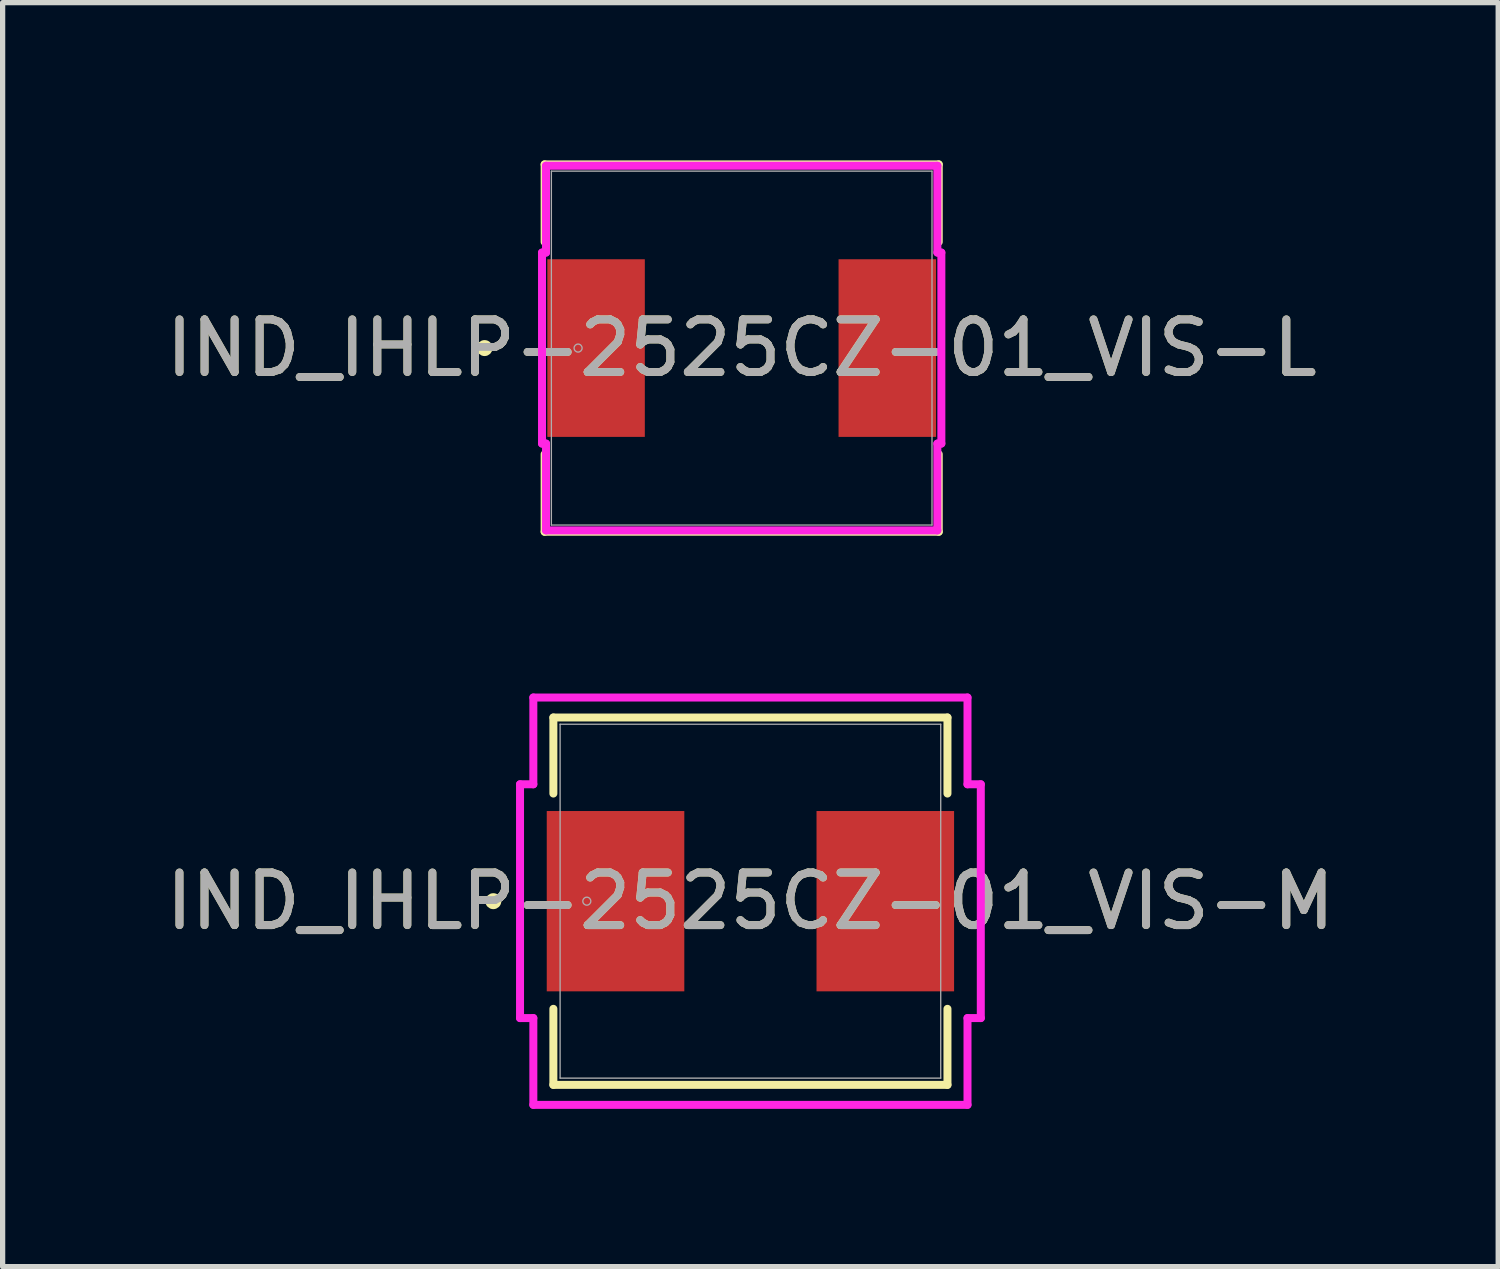
<source format=kicad_pcb>
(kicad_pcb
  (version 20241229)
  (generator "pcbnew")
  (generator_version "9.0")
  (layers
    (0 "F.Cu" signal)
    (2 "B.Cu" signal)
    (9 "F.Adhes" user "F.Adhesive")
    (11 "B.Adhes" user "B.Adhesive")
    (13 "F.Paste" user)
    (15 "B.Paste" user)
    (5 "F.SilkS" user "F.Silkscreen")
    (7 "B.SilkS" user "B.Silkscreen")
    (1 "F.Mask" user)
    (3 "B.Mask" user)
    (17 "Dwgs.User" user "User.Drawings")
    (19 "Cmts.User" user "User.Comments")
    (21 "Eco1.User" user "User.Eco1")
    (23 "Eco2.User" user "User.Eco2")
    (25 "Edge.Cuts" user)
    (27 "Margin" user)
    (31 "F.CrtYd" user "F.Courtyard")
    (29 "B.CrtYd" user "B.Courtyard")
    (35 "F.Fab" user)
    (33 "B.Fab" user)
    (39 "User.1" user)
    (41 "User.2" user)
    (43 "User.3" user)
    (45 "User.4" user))
  (footprint "IND_IHLP-2525CZ-01_VIS-M"
    (layer "F.Cu")
    (at 11.22 14.087)
    (property "Reference" "IND_IHLP-2525CZ-01_VIS-M" (at 0 0 0) (unlocked yes) (layer "F.SilkS") (effects (font (size 1 1) (thickness 0.15))))
    (attr smd)
    (fp_line (start -3.747 -3.493) (end -3.747 -2.047) (stroke (width 0.152) (type solid)) (layer "F.SilkS"))
    (fp_line (start -3.747 2.047) (end -3.747 3.493) (stroke (width 0.152) (type solid)) (layer "F.SilkS"))
    (fp_line (start -3.747 3.493) (end 3.747 3.493) (stroke (width 0.152) (type solid)) (layer "F.SilkS"))
    (fp_line (start 3.747 -3.493) (end -3.747 -3.493) (stroke (width 0.152) (type solid)) (layer "F.SilkS"))
    (fp_line (start 3.747 -2.047) (end 3.747 -3.493) (stroke (width 0.152) (type solid)) (layer "F.SilkS"))
    (fp_line (start 3.747 3.493) (end 3.747 2.047) (stroke (width 0.152) (type solid)) (layer "F.SilkS"))
    (fp_circle (center -4.889 0) (end -4.813 0) (stroke (width 0.152) (type solid)) (fill no) (layer "F.SilkS"))
    (fp_line (start -4.381 -2.223) (end -4.128 -2.223) (stroke (width 0.152) (type solid)) (layer "F.CrtYd"))
    (fp_line (start -4.381 2.223) (end -4.381 -2.223) (stroke (width 0.152) (type solid)) (layer "F.CrtYd"))
    (fp_line (start -4.128 -3.873) (end 4.128 -3.873) (stroke (width 0.152) (type solid)) (layer "F.CrtYd"))
    (fp_line (start -4.128 -2.223) (end -4.128 -3.873) (stroke (width 0.152) (type solid)) (layer "F.CrtYd"))
    (fp_line (start -4.128 2.223) (end -4.381 2.223) (stroke (width 0.152) (type solid)) (layer "F.CrtYd"))
    (fp_line (start -4.128 3.873) (end -4.128 2.223) (stroke (width 0.152) (type solid)) (layer "F.CrtYd"))
    (fp_line (start 4.128 -3.873) (end 4.128 -2.223) (stroke (width 0.152) (type solid)) (layer "F.CrtYd"))
    (fp_line (start 4.128 -2.223) (end 4.381 -2.223) (stroke (width 0.152) (type solid)) (layer "F.CrtYd"))
    (fp_line (start 4.128 2.223) (end 4.128 3.873) (stroke (width 0.152) (type solid)) (layer "F.CrtYd"))
    (fp_line (start 4.128 3.873) (end -4.128 3.873) (stroke (width 0.152) (type solid)) (layer "F.CrtYd"))
    (fp_line (start 4.381 -2.223) (end 4.381 2.223) (stroke (width 0.152) (type solid)) (layer "F.CrtYd"))
    (fp_line (start 4.381 2.223) (end 4.128 2.223) (stroke (width 0.152) (type solid)) (layer "F.CrtYd"))
    (fp_line (start -3.619 -3.365) (end -3.619 3.365) (stroke (width 0.025) (type solid)) (layer "F.Fab"))
    (fp_line (start -3.619 3.365) (end 3.619 3.365) (stroke (width 0.025) (type solid)) (layer "F.Fab"))
    (fp_line (start 3.619 -3.365) (end -3.619 -3.365) (stroke (width 0.025) (type solid)) (layer "F.Fab"))
    (fp_line (start 3.619 3.365) (end 3.619 -3.365) (stroke (width 0.025) (type solid)) (layer "F.Fab"))
    (fp_circle (center -3.111 0) (end -3.035 0) (stroke (width 0.025) (type solid)) (fill no) (layer "F.Fab"))
    (fp_text user "${REFERENCE}" (at 0 0 0) (unlocked yes) (layer "F.Fab") (effects (font (size 1 1) (thickness 0.15))))
    (pad "1" smd rect (at -2.565 0 90) (size 3.429 2.616) (layers "F.Cu" "F.Mask" "F.Paste"))
    (pad "2" smd rect (at 2.565 0 90) (size 3.429 2.616) (layers "F.Cu" "F.Mask" "F.Paste"))
    (zone (net_name "") (layer "F.Cu") (hatch full 0.508) (connect_pads) (min_thickness 0.254) (filled_areas_thickness no) (keepout (tracks not_allowed) (vias not_allowed) (pads allowed) (copperpour not_allowed) (footprints allowed)) (placement (enabled no)) (fill) (polygon (pts (xy 7.652 10.772) (xy 14.789 10.772) (xy 14.789 12.322) (xy 7.652 12.322))))
    (zone (net_name "") (layer "F.Cu") (hatch full 0.508) (connect_pads) (min_thickness 0.254) (filled_areas_thickness no) (keepout (tracks not_allowed) (vias not_allowed) (pads allowed) (copperpour not_allowed) (footprints allowed)) (placement (enabled no)) (fill) (polygon (pts (xy 7.652 15.852) (xy 14.789 15.852) (xy 14.789 17.402) (xy 7.652 17.402))))
    (zone (net_name "") (layer "F.Cu") (hatch full 0.508) (connect_pads) (min_thickness 0.254) (filled_areas_thickness no) (keepout (tracks not_allowed) (vias not_allowed) (pads allowed) (copperpour not_allowed) (footprints allowed)) (placement (enabled no)) (fill) (polygon (pts (xy 10.014 12.322) (xy 12.427 12.322) (xy 12.427 15.852) (xy 10.014 15.852)))))
  (footprint "IND_IHLP-2525CZ-01_VIS-L"
    (layer "F.Cu")
    (at 11.054 3.569)
    (property "Reference" "IND_IHLP-2525CZ-01_VIS-L" (at 0 0 0) (unlocked yes) (layer "F.SilkS") (effects (font (size 1 1) (thickness 0.15))))
    (attr smd)
    (fp_line (start -3.747 -3.493) (end -3.747 -2.018) (stroke (width 0.152) (type solid)) (layer "F.SilkS"))
    (fp_line (start -3.747 2.018) (end -3.747 3.493) (stroke (width 0.152) (type solid)) (layer "F.SilkS"))
    (fp_line (start -3.747 3.493) (end 3.747 3.493) (stroke (width 0.152) (type solid)) (layer "F.SilkS"))
    (fp_line (start 3.747 -3.493) (end -3.747 -3.493) (stroke (width 0.152) (type solid)) (layer "F.SilkS"))
    (fp_line (start 3.747 -2.018) (end 3.747 -3.493) (stroke (width 0.152) (type solid)) (layer "F.SilkS"))
    (fp_line (start 3.747 3.493) (end 3.747 2.018) (stroke (width 0.152) (type solid)) (layer "F.SilkS"))
    (fp_circle (center -4.889 0) (end -4.813 0) (stroke (width 0.152) (type solid)) (fill no) (layer "F.SilkS"))
    (fp_line (start -3.797 -1.816) (end -3.721 -1.816) (stroke (width 0.152) (type solid)) (layer "F.CrtYd"))
    (fp_line (start -3.797 1.816) (end -3.797 -1.816) (stroke (width 0.152) (type solid)) (layer "F.CrtYd"))
    (fp_line (start -3.721 -3.467) (end 3.721 -3.467) (stroke (width 0.152) (type solid)) (layer "F.CrtYd"))
    (fp_line (start -3.721 -1.816) (end -3.721 -3.467) (stroke (width 0.152) (type solid)) (layer "F.CrtYd"))
    (fp_line (start -3.721 1.816) (end -3.797 1.816) (stroke (width 0.152) (type solid)) (layer "F.CrtYd"))
    (fp_line (start -3.721 3.467) (end -3.721 1.816) (stroke (width 0.152) (type solid)) (layer "F.CrtYd"))
    (fp_line (start 3.721 -3.467) (end 3.721 -1.816) (stroke (width 0.152) (type solid)) (layer "F.CrtYd"))
    (fp_line (start 3.721 -1.816) (end 3.797 -1.816) (stroke (width 0.152) (type solid)) (layer "F.CrtYd"))
    (fp_line (start 3.721 1.816) (end 3.721 3.467) (stroke (width 0.152) (type solid)) (layer "F.CrtYd"))
    (fp_line (start 3.721 3.467) (end -3.721 3.467) (stroke (width 0.152) (type solid)) (layer "F.CrtYd"))
    (fp_line (start 3.797 -1.816) (end 3.797 1.816) (stroke (width 0.152) (type solid)) (layer "F.CrtYd"))
    (fp_line (start 3.797 1.816) (end 3.721 1.816) (stroke (width 0.152) (type solid)) (layer "F.CrtYd"))
    (fp_line (start -3.619 -3.365) (end -3.619 3.365) (stroke (width 0.025) (type solid)) (layer "F.Fab"))
    (fp_line (start -3.619 3.365) (end 3.619 3.365) (stroke (width 0.025) (type solid)) (layer "F.Fab"))
    (fp_line (start 3.619 -3.365) (end -3.619 -3.365) (stroke (width 0.025) (type solid)) (layer "F.Fab"))
    (fp_line (start 3.619 3.365) (end 3.619 -3.365) (stroke (width 0.025) (type solid)) (layer "F.Fab"))
    (fp_circle (center -3.111 0) (end -3.035 0) (stroke (width 0.025) (type solid)) (fill no) (layer "F.Fab"))
    (fp_text user "${REFERENCE}" (at 0 0 0) (unlocked yes) (layer "F.Fab") (effects (font (size 1 1) (thickness 0.15))))
    (pad "1" smd rect (at -2.769 0 90) (size 3.378 1.854) (layers "F.Cu" "F.Mask" "F.Paste"))
    (pad "2" smd rect (at 2.769 0 90) (size 3.378 1.854) (layers "F.Cu" "F.Mask" "F.Paste"))
    (zone (net_name "") (layer "F.Cu") (hatch full 0.508) (connect_pads) (min_thickness 0.254) (filled_areas_thickness no) (keepout (tracks not_allowed) (vias not_allowed) (pads allowed) (copperpour not_allowed) (footprints allowed)) (placement (enabled no)) (fill) (polygon (pts (xy 7.485 0.254) (xy 14.622 0.254) (xy 14.622 1.803) (xy 7.485 1.803))))
    (zone (net_name "") (layer "F.Cu") (hatch full 0.508) (connect_pads) (min_thickness 0.254) (filled_areas_thickness no) (keepout (tracks not_allowed) (vias not_allowed) (pads allowed) (copperpour not_allowed) (footprints allowed)) (placement (enabled no)) (fill) (polygon (pts (xy 7.485 5.334) (xy 14.622 5.334) (xy 14.622 6.883) (xy 7.485 6.883))))
    (zone (net_name "") (layer "F.Cu") (hatch full 0.508) (connect_pads) (min_thickness 0.254) (filled_areas_thickness no) (keepout (tracks not_allowed) (vias not_allowed) (pads allowed) (copperpour not_allowed) (footprints allowed)) (placement (enabled no)) (fill) (polygon (pts (xy 9.263 1.803) (xy 12.844 1.803) (xy 12.844 5.334) (xy 9.263 5.334)))))
  (gr_rect
    (start -3 -3)
    (end 25.44 21.037)
    (stroke (width 0.1) (type default))
    (fill no)
    (layer "Edge.Cuts")))
</source>
